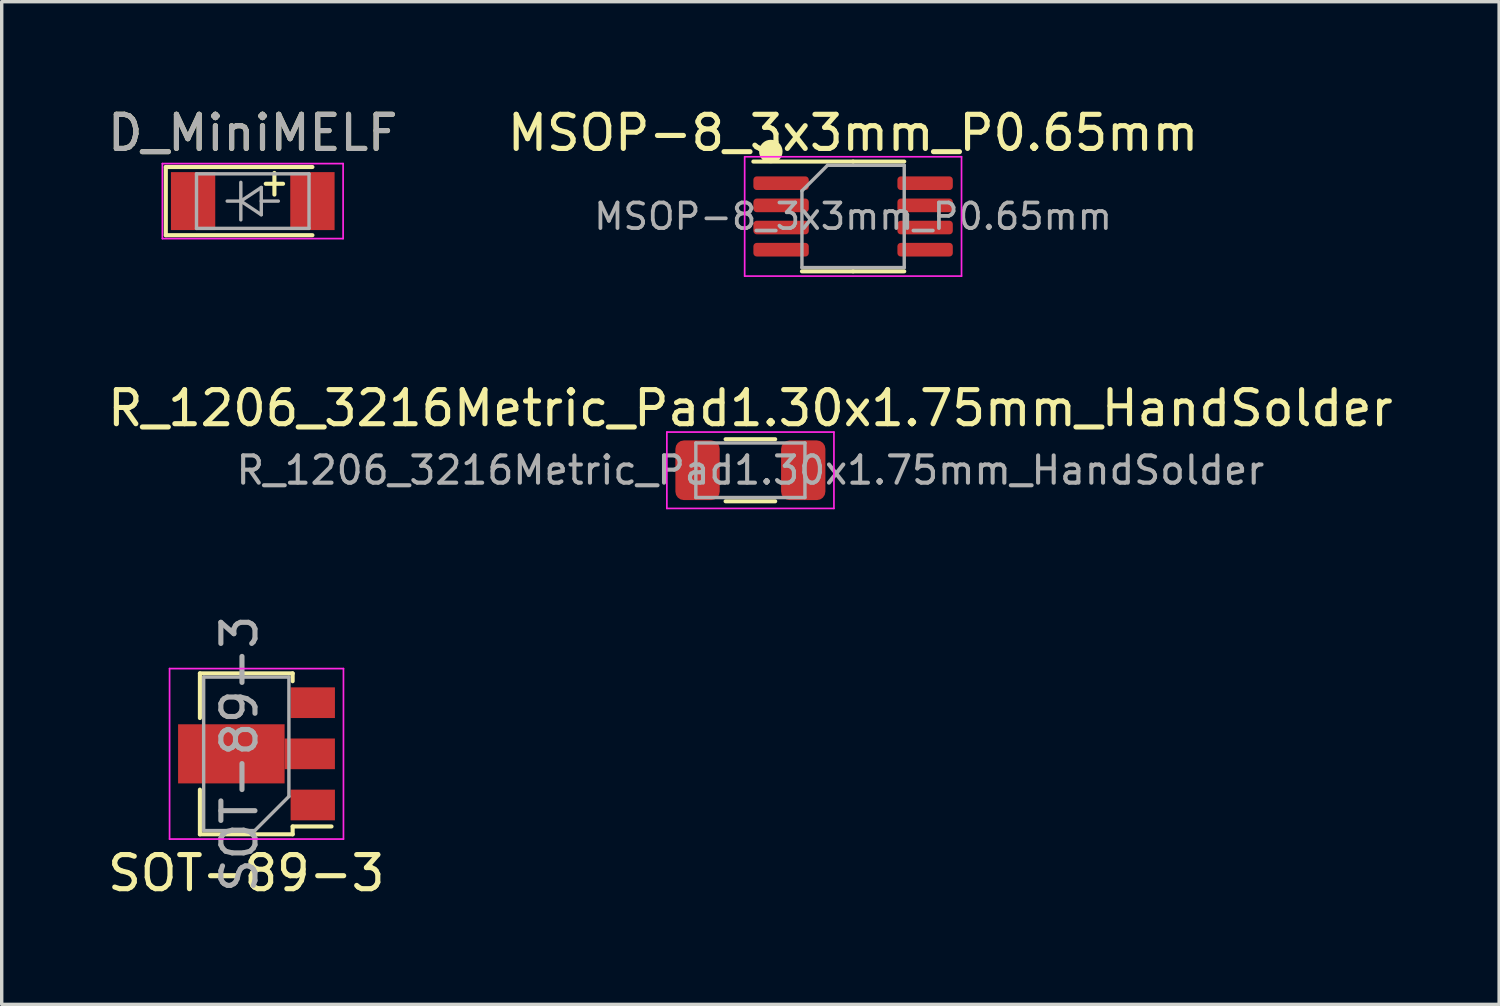
<source format=kicad_pcb>
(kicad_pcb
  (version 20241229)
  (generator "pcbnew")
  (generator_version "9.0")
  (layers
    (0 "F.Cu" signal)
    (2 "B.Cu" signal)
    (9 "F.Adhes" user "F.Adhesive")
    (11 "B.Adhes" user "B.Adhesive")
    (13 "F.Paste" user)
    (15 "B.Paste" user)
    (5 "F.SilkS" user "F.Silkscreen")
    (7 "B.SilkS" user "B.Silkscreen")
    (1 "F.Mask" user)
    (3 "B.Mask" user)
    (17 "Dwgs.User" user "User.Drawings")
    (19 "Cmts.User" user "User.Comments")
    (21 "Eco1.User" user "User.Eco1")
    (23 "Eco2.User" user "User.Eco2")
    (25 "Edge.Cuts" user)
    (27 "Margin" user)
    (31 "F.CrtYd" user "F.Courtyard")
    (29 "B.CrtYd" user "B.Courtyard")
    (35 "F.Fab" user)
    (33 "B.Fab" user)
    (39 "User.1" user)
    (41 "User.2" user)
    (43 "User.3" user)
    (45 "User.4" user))
  (footprint "MSOP-8_3x3mm_P0.65mm"
    (layer "F.Cu")
    (at 21.97 3.298)
    (property "Reference" "MSOP-8_3x3mm_P0.65mm" (at 0 -2.45 0) (layer "F.SilkS") (effects (font (size 1 1) (thickness 0.15))))
    (attr smd)
    (fp_line (start 0 -1.61) (end -2.925 -1.61) (stroke (width 0.12) (type solid)) (layer "F.SilkS"))
    (fp_line (start 0 -1.61) (end 1.5 -1.61) (stroke (width 0.12) (type solid)) (layer "F.SilkS"))
    (fp_line (start 0 1.61) (end -1.5 1.61) (stroke (width 0.12) (type solid)) (layer "F.SilkS"))
    (fp_line (start 0 1.61) (end 1.5 1.61) (stroke (width 0.12) (type solid)) (layer "F.SilkS"))
    (fp_circle (center -2.413 -1.905) (end -2.129 -1.905) (stroke (width 0.12) (type solid)) (fill yes) (layer "F.SilkS"))
    (fp_line (start -3.18 -1.75) (end -3.18 1.75) (stroke (width 0.05) (type solid)) (layer "F.CrtYd"))
    (fp_line (start -3.18 1.75) (end 3.18 1.75) (stroke (width 0.05) (type solid)) (layer "F.CrtYd"))
    (fp_line (start 3.18 -1.75) (end -3.18 -1.75) (stroke (width 0.05) (type solid)) (layer "F.CrtYd"))
    (fp_line (start 3.18 1.75) (end 3.18 -1.75) (stroke (width 0.05) (type solid)) (layer "F.CrtYd"))
    (fp_line (start -1.5 -0.75) (end -0.75 -1.5) (stroke (width 0.1) (type solid)) (layer "F.Fab"))
    (fp_line (start -1.5 1.5) (end -1.5 -0.75) (stroke (width 0.1) (type solid)) (layer "F.Fab"))
    (fp_line (start -0.75 -1.5) (end 1.5 -1.5) (stroke (width 0.1) (type solid)) (layer "F.Fab"))
    (fp_line (start 1.5 -1.5) (end 1.5 1.5) (stroke (width 0.1) (type solid)) (layer "F.Fab"))
    (fp_line (start 1.5 1.5) (end -1.5 1.5) (stroke (width 0.1) (type solid)) (layer "F.Fab"))
    (fp_text user "${REFERENCE}" (at 0 0 0) (layer "F.Fab") (effects (font (size 0.75 0.75) (thickness 0.11))))
    (pad "1" smd roundrect (at -2.112 -0.975) (size 1.625 0.4) (layers "F.Cu" "F.Mask" "F.Paste") (roundrect_rratio 0.25))
    (pad "2" smd roundrect (at -2.112 -0.325) (size 1.625 0.4) (layers "F.Cu" "F.Mask" "F.Paste") (roundrect_rratio 0.25))
    (pad "3" smd roundrect (at -2.112 0.325) (size 1.625 0.4) (layers "F.Cu" "F.Mask" "F.Paste") (roundrect_rratio 0.25))
    (pad "4" smd roundrect (at -2.112 0.975) (size 1.625 0.4) (layers "F.Cu" "F.Mask" "F.Paste") (roundrect_rratio 0.25))
    (pad "5" smd roundrect (at 2.112 0.975) (size 1.625 0.4) (layers "F.Cu" "F.Mask" "F.Paste") (roundrect_rratio 0.25))
    (pad "6" smd roundrect (at 2.112 0.325) (size 1.625 0.4) (layers "F.Cu" "F.Mask" "F.Paste") (roundrect_rratio 0.25))
    (pad "7" smd roundrect (at 2.112 -0.325) (size 1.625 0.4) (layers "F.Cu" "F.Mask" "F.Paste") (roundrect_rratio 0.25))
    (pad "8" smd roundrect (at 2.112 -0.975) (size 1.625 0.4) (layers "F.Cu" "F.Mask" "F.Paste") (roundrect_rratio 0.25)))
  (footprint "SOT-89-3"
    (layer "F.Cu")
    (at 4.473 19.059)
    (property "Reference" "SOT-89-3" (at -0.3 3.5 180) (layer "F.SilkS") (effects (font (size 1 1) (thickness 0.15))))
    (attr smd)
    (fp_line (start -1.66 -2.36) (end 1.06 -2.36) (stroke (width 0.12) (type solid)) (layer "F.SilkS"))
    (fp_line (start -1.66 -1.05) (end -1.66 -2.36) (stroke (width 0.12) (type solid)) (layer "F.SilkS"))
    (fp_line (start -1.66 2.36) (end -1.66 1.05) (stroke (width 0.12) (type solid)) (layer "F.SilkS"))
    (fp_line (start 1.06 -2.36) (end 1.06 -2.13) (stroke (width 0.12) (type solid)) (layer "F.SilkS"))
    (fp_line (start 1.06 2.36) (end -1.66 2.36) (stroke (width 0.12) (type solid)) (layer "F.SilkS"))
    (fp_line (start 1.06 2.36) (end 1.06 2.13) (stroke (width 0.12) (type solid)) (layer "F.SilkS"))
    (fp_line (start 2.2 2.13) (end 1.06 2.13) (stroke (width 0.12) (type solid)) (layer "F.SilkS"))
    (fp_line (start -2.55 2.5) (end -2.55 -2.5) (stroke (width 0.05) (type solid)) (layer "F.CrtYd"))
    (fp_line (start -2.55 2.5) (end 2.55 2.5) (stroke (width 0.05) (type solid)) (layer "F.CrtYd"))
    (fp_line (start 2.55 -2.5) (end -2.55 -2.5) (stroke (width 0.05) (type solid)) (layer "F.CrtYd"))
    (fp_line (start 2.55 -2.5) (end 2.55 2.5) (stroke (width 0.05) (type solid)) (layer "F.CrtYd"))
    (fp_line (start -1.55 -2.25) (end 0.95 -2.25) (stroke (width 0.1) (type solid)) (layer "F.Fab"))
    (fp_line (start -1.55 2.25) (end -1.55 -2.25) (stroke (width 0.1) (type solid)) (layer "F.Fab"))
    (fp_line (start -0.05 2.25) (end -1.55 2.25) (stroke (width 0.1) (type solid)) (layer "F.Fab"))
    (fp_line (start 0.95 -2.25) (end 0.95 1.25) (stroke (width 0.1) (type solid)) (layer "F.Fab"))
    (fp_line (start 0.95 1.25) (end -0.05 2.25) (stroke (width 0.1) (type solid)) (layer "F.Fab"))
    (fp_text user "${REFERENCE}" (at -0.5 0 270) (layer "F.Fab") (effects (font (size 1 1) (thickness 0.15))))
    (pad "1" smd rect (at 1.65 1.5 180) (size 1.3 0.9) (layers "F.Cu" "F.Mask" "F.Paste"))
    (pad "2" smd custom (at 1.562 0 180) (size 1.475 0.9) (layers "F.Cu" "F.Mask" "F.Paste") (options (anchor rect)) (primitives (gr_poly (pts (xy 3.862 0.867) (xy 0.738 0.867) (xy 0.738 -0.867) (xy 3.862 -0.867)) (width 0) (fill yes))))
    (pad "3" smd rect (at 1.65 -1.5 180) (size 1.3 0.9) (layers "F.Cu" "F.Mask" "F.Paste")))
  (footprint "D_MiniMELF"
    (layer "F.Cu")
    (at 4.363 2.848)
    (property "Reference" "D_MiniMELF" (at 0 -2 0) (layer "F.SilkS") (effects (font (size 1 1) (thickness 0.15))))
    (attr smd)
    (fp_line (start -2.55 -1) (end -2.55 1) (stroke (width 0.12) (type solid)) (layer "F.SilkS"))
    (fp_line (start -2.55 1) (end 1.75 1) (stroke (width 0.12) (type solid)) (layer "F.SilkS"))
    (fp_line (start 0.381 -0.508) (end 0.889 -0.508) (stroke (width 0.12) (type solid)) (layer "F.SilkS"))
    (fp_line (start 0.635 -0.826) (end 0.635 -0.191) (stroke (width 0.12) (type solid)) (layer "F.SilkS"))
    (fp_line (start 1.75 -1) (end -2.55 -1) (stroke (width 0.12) (type solid)) (layer "F.SilkS"))
    (fp_line (start -2.65 -1.1) (end 2.65 -1.1) (stroke (width 0.05) (type solid)) (layer "F.CrtYd"))
    (fp_line (start -2.65 1.1) (end -2.65 -1.1) (stroke (width 0.05) (type solid)) (layer "F.CrtYd"))
    (fp_line (start 2.65 -1.1) (end 2.65 1.1) (stroke (width 0.05) (type solid)) (layer "F.CrtYd"))
    (fp_line (start 2.65 1.1) (end -2.65 1.1) (stroke (width 0.05) (type solid)) (layer "F.CrtYd"))
    (fp_line (start -1.65 -0.8) (end 1.65 -0.8) (stroke (width 0.1) (type solid)) (layer "F.Fab"))
    (fp_line (start -1.65 0.8) (end -1.65 -0.8) (stroke (width 0.1) (type solid)) (layer "F.Fab"))
    (fp_line (start -0.75 0) (end -0.35 0) (stroke (width 0.1) (type solid)) (layer "F.Fab"))
    (fp_line (start -0.35 0) (end -0.35 -0.55) (stroke (width 0.1) (type solid)) (layer "F.Fab"))
    (fp_line (start -0.35 0) (end -0.35 0.55) (stroke (width 0.1) (type solid)) (layer "F.Fab"))
    (fp_line (start -0.35 0) (end 0.25 -0.4) (stroke (width 0.1) (type solid)) (layer "F.Fab"))
    (fp_line (start 0.25 -0.4) (end 0.25 0.4) (stroke (width 0.1) (type solid)) (layer "F.Fab"))
    (fp_line (start 0.25 0) (end 0.75 0) (stroke (width 0.1) (type solid)) (layer "F.Fab"))
    (fp_line (start 0.25 0.4) (end -0.35 0) (stroke (width 0.1) (type solid)) (layer "F.Fab"))
    (fp_line (start 1.65 -0.8) (end 1.65 0.8) (stroke (width 0.1) (type solid)) (layer "F.Fab"))
    (fp_line (start 1.65 0.8) (end -1.65 0.8) (stroke (width 0.1) (type solid)) (layer "F.Fab"))
    (fp_text user "${REFERENCE}" (at 0 -2 0) (layer "F.Fab") (effects (font (size 1 1) (thickness 0.15))))
    (pad "1" smd rect (at -1.75 0) (size 1.3 1.7) (layers "F.Cu" "F.Mask" "F.Paste"))
    (pad "2" smd rect (at 1.75 0) (size 1.3 1.7) (layers "F.Cu" "F.Mask" "F.Paste")))
  (footprint "R_1206_3216Metric_Pad1.30x1.75mm_HandSolder"
    (layer "F.Cu")
    (at 18.958 10.742)
    (property "Reference" "R_1206_3216Metric_Pad1.30x1.75mm_HandSolder" (at 0 -1.82 0) (layer "F.SilkS") (effects (font (size 1 1) (thickness 0.15))))
    (attr smd)
    (fp_line (start -0.727 -0.91) (end 0.727 -0.91) (stroke (width 0.12) (type solid)) (layer "F.SilkS"))
    (fp_line (start -0.727 0.91) (end 0.727 0.91) (stroke (width 0.12) (type solid)) (layer "F.SilkS"))
    (fp_line (start -2.45 -1.12) (end 2.45 -1.12) (stroke (width 0.05) (type solid)) (layer "F.CrtYd"))
    (fp_line (start -2.45 1.12) (end -2.45 -1.12) (stroke (width 0.05) (type solid)) (layer "F.CrtYd"))
    (fp_line (start 2.45 -1.12) (end 2.45 1.12) (stroke (width 0.05) (type solid)) (layer "F.CrtYd"))
    (fp_line (start 2.45 1.12) (end -2.45 1.12) (stroke (width 0.05) (type solid)) (layer "F.CrtYd"))
    (fp_line (start -1.6 -0.8) (end 1.6 -0.8) (stroke (width 0.1) (type solid)) (layer "F.Fab"))
    (fp_line (start -1.6 0.8) (end -1.6 -0.8) (stroke (width 0.1) (type solid)) (layer "F.Fab"))
    (fp_line (start 1.6 -0.8) (end 1.6 0.8) (stroke (width 0.1) (type solid)) (layer "F.Fab"))
    (fp_line (start 1.6 0.8) (end -1.6 0.8) (stroke (width 0.1) (type solid)) (layer "F.Fab"))
    (fp_text user "${REFERENCE}" (at 0 0 0) (layer "F.Fab") (effects (font (size 0.8 0.8) (thickness 0.12))))
    (pad "1" smd roundrect (at -1.55 0) (size 1.3 1.75) (layers "F.Cu" "F.Mask" "F.Paste") (roundrect_rratio 0.192))
    (pad "2" smd roundrect (at 1.55 0) (size 1.3 1.75) (layers "F.Cu" "F.Mask" "F.Paste") (roundrect_rratio 0.192)))
  (gr_rect
    (start -3 -3)
    (end 40.917 26.407)
    (stroke (width 0.1) (type default))
    (fill no)
    (layer "Edge.Cuts")))
</source>
